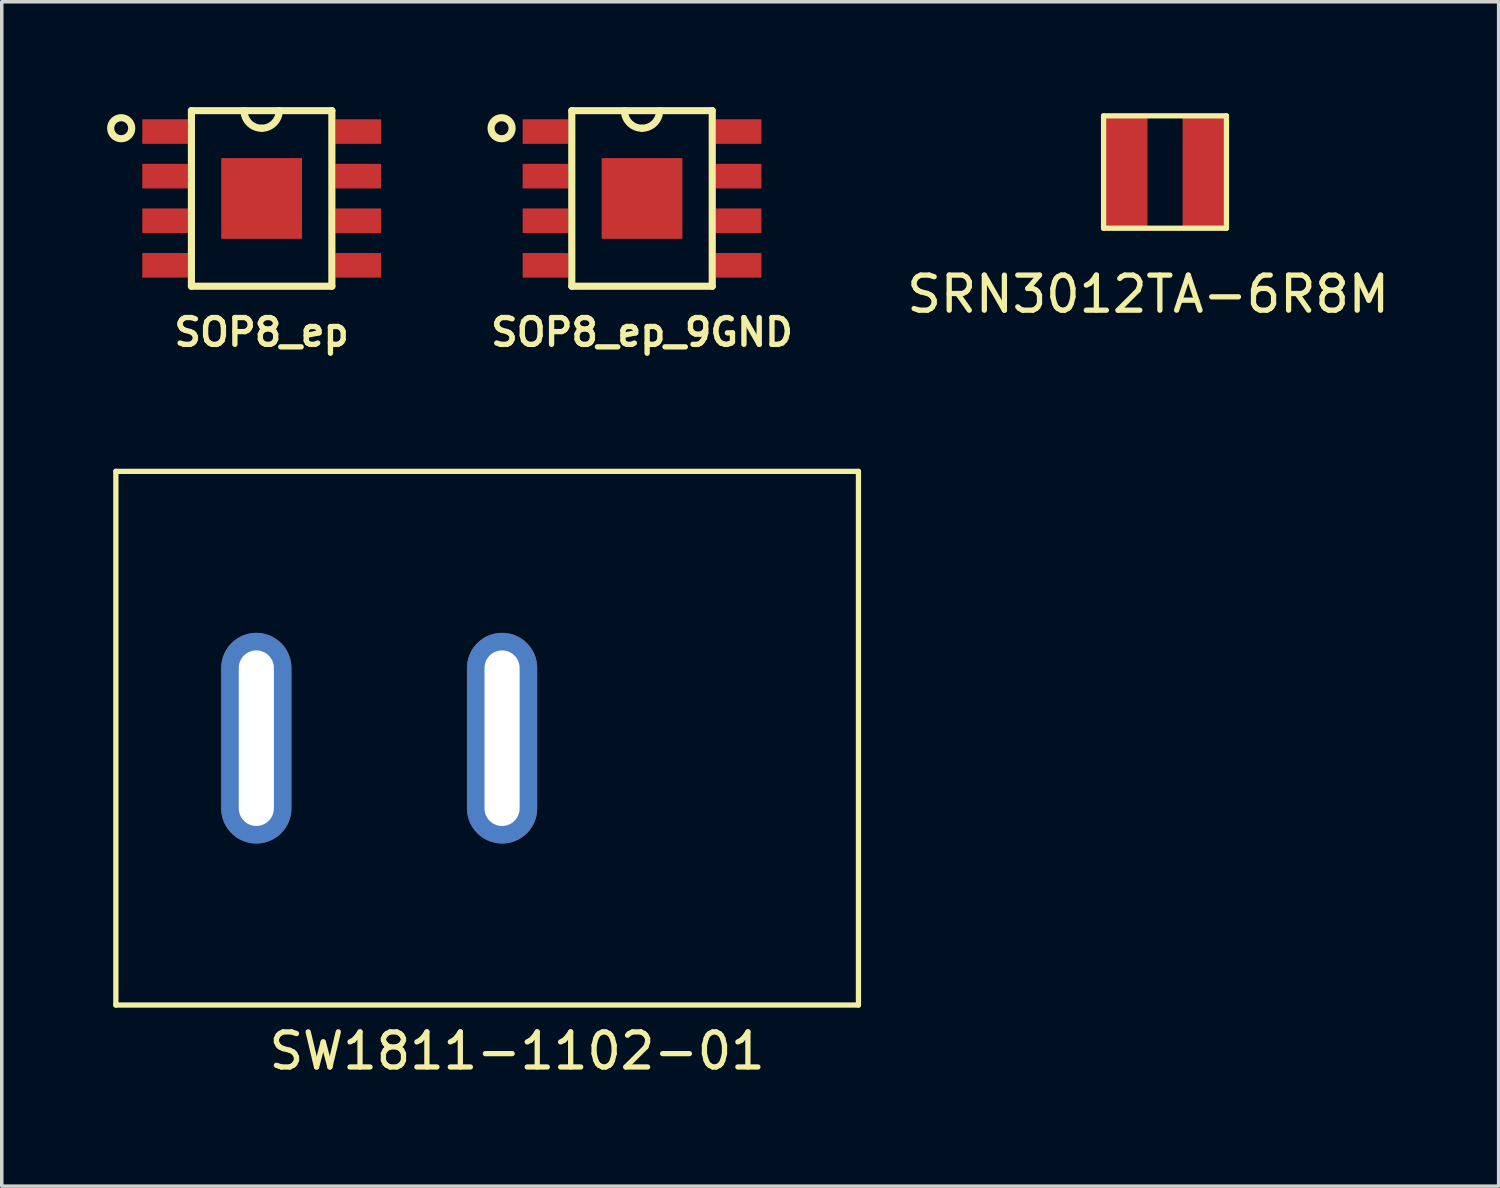
<source format=kicad_pcb>
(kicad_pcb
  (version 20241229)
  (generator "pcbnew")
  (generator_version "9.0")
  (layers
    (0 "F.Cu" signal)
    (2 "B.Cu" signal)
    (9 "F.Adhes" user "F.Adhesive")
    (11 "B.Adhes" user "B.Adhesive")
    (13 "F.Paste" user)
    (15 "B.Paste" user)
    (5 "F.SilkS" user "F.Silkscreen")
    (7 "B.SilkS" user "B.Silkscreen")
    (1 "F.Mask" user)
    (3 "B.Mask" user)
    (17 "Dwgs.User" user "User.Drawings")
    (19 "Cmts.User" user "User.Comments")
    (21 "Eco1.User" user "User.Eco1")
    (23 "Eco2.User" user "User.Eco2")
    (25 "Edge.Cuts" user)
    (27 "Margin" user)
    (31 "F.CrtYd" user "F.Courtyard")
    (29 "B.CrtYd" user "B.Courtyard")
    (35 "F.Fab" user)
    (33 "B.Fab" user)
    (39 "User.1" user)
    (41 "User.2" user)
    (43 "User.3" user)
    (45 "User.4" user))
  (footprint "SRN3012TA-6R8M"
    (layer "F.Cu")
    (at 28.382 0.25)
    (property "Reference" "SRN3012TA-6R8M" (at 1.27 5.08 0) (layer "F.SilkS") (effects (font (size 1 1) (thickness 0.15))))
    (attr through_hole)
    (fp_line (start 0 0) (end 0 3.2) (stroke (width 0.15) (type solid)) (layer "F.SilkS"))
    (fp_line (start 0 0) (end 3.5 0) (stroke (width 0.15) (type solid)) (layer "F.SilkS"))
    (fp_line (start 3.5 0) (end 3.5 3.2) (stroke (width 0.15) (type solid)) (layer "F.SilkS"))
    (fp_line (start 3.5 3.2) (end 0 3.2) (stroke (width 0.15) (type solid)) (layer "F.SilkS"))
    (pad "1" smd rect (at 0.625 1.6) (size 1.25 3.2) (layers "F.Cu" "F.Mask" "F.Paste"))
    (pad "2" smd rect (at 2.875 1.6) (size 1.25 3.2) (layers "F.Cu" "F.Mask" "F.Paste")))
  (footprint "SW1811-1102-01"
    (layer "F.Cu")
    (at 0.25 10.375)
    (property "Reference" "SW1811-1102-01" (at 11.43 16.51 0) (layer "F.SilkS") (effects (font (size 1 1) (thickness 0.15))))
    (attr through_hole)
    (fp_line (start 0 0) (end 21.15 0) (stroke (width 0.15) (type solid)) (layer "F.SilkS"))
    (fp_line (start 0 15.2) (end 0 0) (stroke (width 0.15) (type solid)) (layer "F.SilkS"))
    (fp_line (start 21.15 0) (end 21.15 15.2) (stroke (width 0.15) (type solid)) (layer "F.SilkS"))
    (fp_line (start 21.15 15.2) (end 0 15.2) (stroke (width 0.15) (type solid)) (layer "F.SilkS"))
    (pad "1" thru_hole oval (at 4 7.6) (size 2 6) (drill oval 1 5) (layers "*.Cu" "*.Mask"))
    (pad "2" thru_hole oval (at 11 7.6) (size 2 6) (drill oval 1 5) (layers "*.Cu" "*.Mask")))
  (footprint "SOP8_ep"
    (layer "F.Cu")
    (at 4.402 2.602)
    (property "Reference" "SOP8_ep" (at 0 3.81 0) (layer "F.SilkS") (effects (font (size 0.762 0.762) (thickness 0.152))))
    (attr smd)
    (fp_line (start -2 -2.5) (end -2 2.5) (stroke (width 0.203) (type solid)) (layer "F.SilkS"))
    (fp_line (start -2 2.5) (end 2 2.5) (stroke (width 0.203) (type solid)) (layer "F.SilkS"))
    (fp_line (start 2 -2.5) (end -2 -2.5) (stroke (width 0.203) (type solid)) (layer "F.SilkS"))
    (fp_line (start 2 2.5) (end 2 -2.5) (stroke (width 0.203) (type solid)) (layer "F.SilkS"))
    (fp_arc (start 0 -2) (mid -0.353553 -2.146447) (end -0.5 -2.5) (stroke (width 0.2032) (type solid)) (layer "F.SilkS"))
    (fp_arc (start 0.5 -2.5) (mid 0.353553 -2.146447) (end 0 -2) (stroke (width 0.2032) (type solid)) (layer "F.SilkS"))
    (fp_circle (center -4 -2) (end -3.7 -2) (stroke (width 0.203) (type solid)) (fill no) (layer "F.SilkS"))
    (pad "1" smd rect (at -2.75 -1.905) (size 1.3 0.7) (layers "F.Cu" "F.Mask" "F.Paste"))
    (pad "2" smd rect (at -2.75 -0.635) (size 1.3 0.7) (layers "F.Cu" "F.Mask" "F.Paste"))
    (pad "3" smd rect (at -2.75 0.635) (size 1.3 0.7) (layers "F.Cu" "F.Mask" "F.Paste"))
    (pad "4" smd rect (at -2.75 1.905) (size 1.3 0.7) (layers "F.Cu" "F.Mask" "F.Paste"))
    (pad "5" smd rect (at 2.75 1.905) (size 1.3 0.7) (layers "F.Cu" "F.Mask" "F.Paste"))
    (pad "6" smd rect (at 2.75 0.635) (size 1.3 0.7) (layers "F.Cu" "F.Mask" "F.Paste"))
    (pad "7" smd rect (at 2.75 -0.635) (size 1.3 0.7) (layers "F.Cu" "F.Mask" "F.Paste"))
    (pad "8" smd rect (at 2.75 -1.905) (size 1.3 0.7) (layers "F.Cu" "F.Mask" "F.Paste"))
    (pad "9" smd rect (at 0 0) (size 2.3 2.3) (layers "F.Cu" "F.Mask" "F.Paste")))
  (footprint "SOP8_ep_9GND"
    (layer "F.Cu")
    (at 15.236 2.602)
    (property "Reference" "SOP8_ep_9GND" (at 0 3.81 0) (layer "F.SilkS") (effects (font (size 0.762 0.762) (thickness 0.152))))
    (attr smd)
    (fp_line (start -2 -2.5) (end -2 2.5) (stroke (width 0.203) (type solid)) (layer "F.SilkS"))
    (fp_line (start -2 2.5) (end 2 2.5) (stroke (width 0.203) (type solid)) (layer "F.SilkS"))
    (fp_line (start 2 -2.5) (end -2 -2.5) (stroke (width 0.203) (type solid)) (layer "F.SilkS"))
    (fp_line (start 2 2.5) (end 2 -2.5) (stroke (width 0.203) (type solid)) (layer "F.SilkS"))
    (fp_arc (start 0 -2) (mid -0.353553 -2.146447) (end -0.5 -2.5) (stroke (width 0.2032) (type solid)) (layer "F.SilkS"))
    (fp_arc (start 0.5 -2.5) (mid 0.353553 -2.146447) (end 0 -2) (stroke (width 0.2032) (type solid)) (layer "F.SilkS"))
    (fp_circle (center -4 -2) (end -3.7 -2) (stroke (width 0.203) (type solid)) (fill no) (layer "F.SilkS"))
    (pad "1" smd rect (at -2.75 -1.905) (size 1.3 0.7) (layers "F.Cu" "F.Mask" "F.Paste"))
    (pad "2" smd rect (at -2.75 -0.635) (size 1.3 0.7) (layers "F.Cu" "F.Mask" "F.Paste"))
    (pad "3" smd rect (at -2.75 0.635) (size 1.3 0.7) (layers "F.Cu" "F.Mask" "F.Paste"))
    (pad "4" smd rect (at -2.75 1.905) (size 1.3 0.7) (layers "F.Cu" "F.Mask" "F.Paste"))
    (pad "5" smd rect (at 2.75 1.905) (size 1.3 0.7) (layers "F.Cu" "F.Mask" "F.Paste"))
    (pad "6" smd rect (at 2.75 0.635) (size 1.3 0.7) (layers "F.Cu" "F.Mask" "F.Paste"))
    (pad "7" smd rect (at 2.75 -0.635) (size 1.3 0.7) (layers "F.Cu" "F.Mask" "F.Paste"))
    (pad "8" smd rect (at 2.75 -1.905) (size 1.3 0.7) (layers "F.Cu" "F.Mask" "F.Paste"))
    (pad "9" smd rect (at 0 0) (size 2.3 2.3) (layers "F.Cu" "F.Mask" "F.Paste")))
  (gr_rect
    (start -3 -3)
    (end 39.634 30.733)
    (stroke (width 0.1) (type default))
    (fill no)
    (layer "Edge.Cuts")))
</source>
